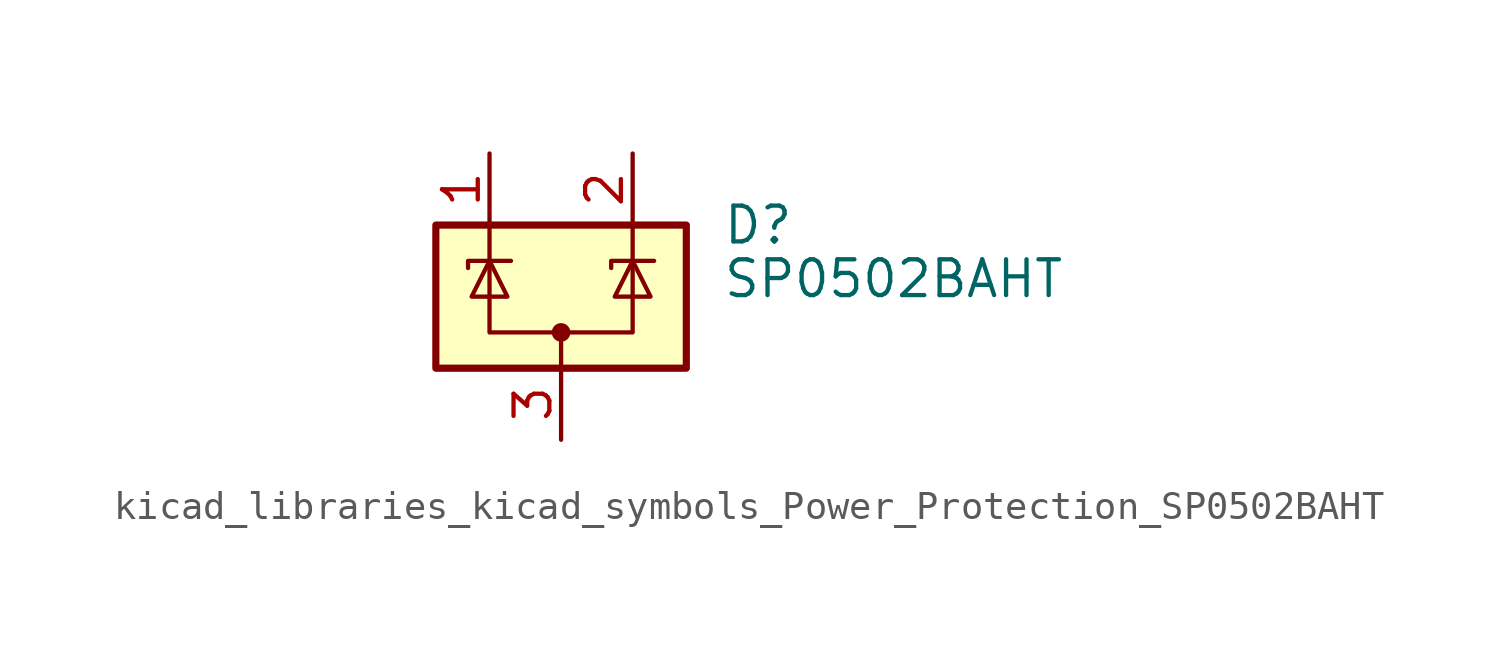
<source format=kicad_sym>
(kicad_symbol_lib
  (version 20220914)
  (generator kicad_symbol_editor)
  (symbol "kicad_libraries_kicad_symbols_Power_Protection_SP0502BAHT"
    (pin_names hide)
    (property "Reference" "D"
      (at 5.715 2.54 0)
      (effects (font (size 1.27 1.27)) (justify left)))
    (property "Value" "SP0502BAHT"
      (at 5.715 0.635 0)
      (effects (font (size 1.27 1.27)) (justify left)))
    (symbol "kicad_libraries_kicad_symbols_Power_Protection_SP0502BAHT_0_0"
      (pin passive line (at 0 -5.08 90) (length 2.54) (name "A" (effects (font (size 1.27 1.27)))) (number "3" (effects (font (size 1.27 1.27))))))
    (symbol "kicad_libraries_kicad_symbols_Power_Protection_SP0502BAHT_0_1"
      (rectangle (start -4.445 2.54) (end 4.445 -2.54) (stroke (width 0.254) (type default)) (fill (type background)))
      (circle (center 0 -1.27) (radius 0.254) (stroke (width 0) (type default)) (fill (type outline)))
      (polyline (pts (xy -2.54 2.54) (xy -2.54 1.27)) (stroke (width 0) (type default)) (fill (type none)))
      (polyline (pts (xy 0 -1.27) (xy 0 -2.54)) (stroke (width 0) (type default)) (fill (type none)))
      (polyline (pts (xy 2.54 2.54) (xy 2.54 1.27)) (stroke (width 0) (type default)) (fill (type none)))
      (polyline (pts (xy -3.302 1.016) (xy -3.302 1.27) (xy -1.905 1.27) (xy -1.778 1.27)) (stroke (width 0) (type default)) (fill (type none)))
      (polyline (pts (xy -2.54 1.27) (xy -2.54 -1.27) (xy 2.54 -1.27) (xy 2.54 1.27)) (stroke (width 0) (type default)) (fill (type none)))
      (polyline (pts (xy -2.54 1.27) (xy -1.905 0) (xy -3.175 0) (xy -2.54 1.27)) (stroke (width 0) (type default)) (fill (type none)))
      (polyline (pts (xy 1.778 1.016) (xy 1.778 1.27) (xy 3.175 1.27) (xy 3.302 1.27)) (stroke (width 0) (type default)) (fill (type none)))
      (polyline (pts (xy 2.54 1.27) (xy 1.905 0) (xy 3.175 0) (xy 2.54 1.27)) (stroke (width 0) (type default)) (fill (type none))))
    (symbol "kicad_libraries_kicad_symbols_Power_Protection_SP0502BAHT_1_1"
      (pin passive line (at -2.54 5.08 270) (length 2.54) (name "K" (effects (font (size 1.27 1.27)))) (number "1" (effects (font (size 1.27 1.27)))))
      (pin passive line (at 2.54 5.08 270) (length 2.54) (name "K" (effects (font (size 1.27 1.27)))) (number "2" (effects (font (size 1.27 1.27))))))))
</source>
